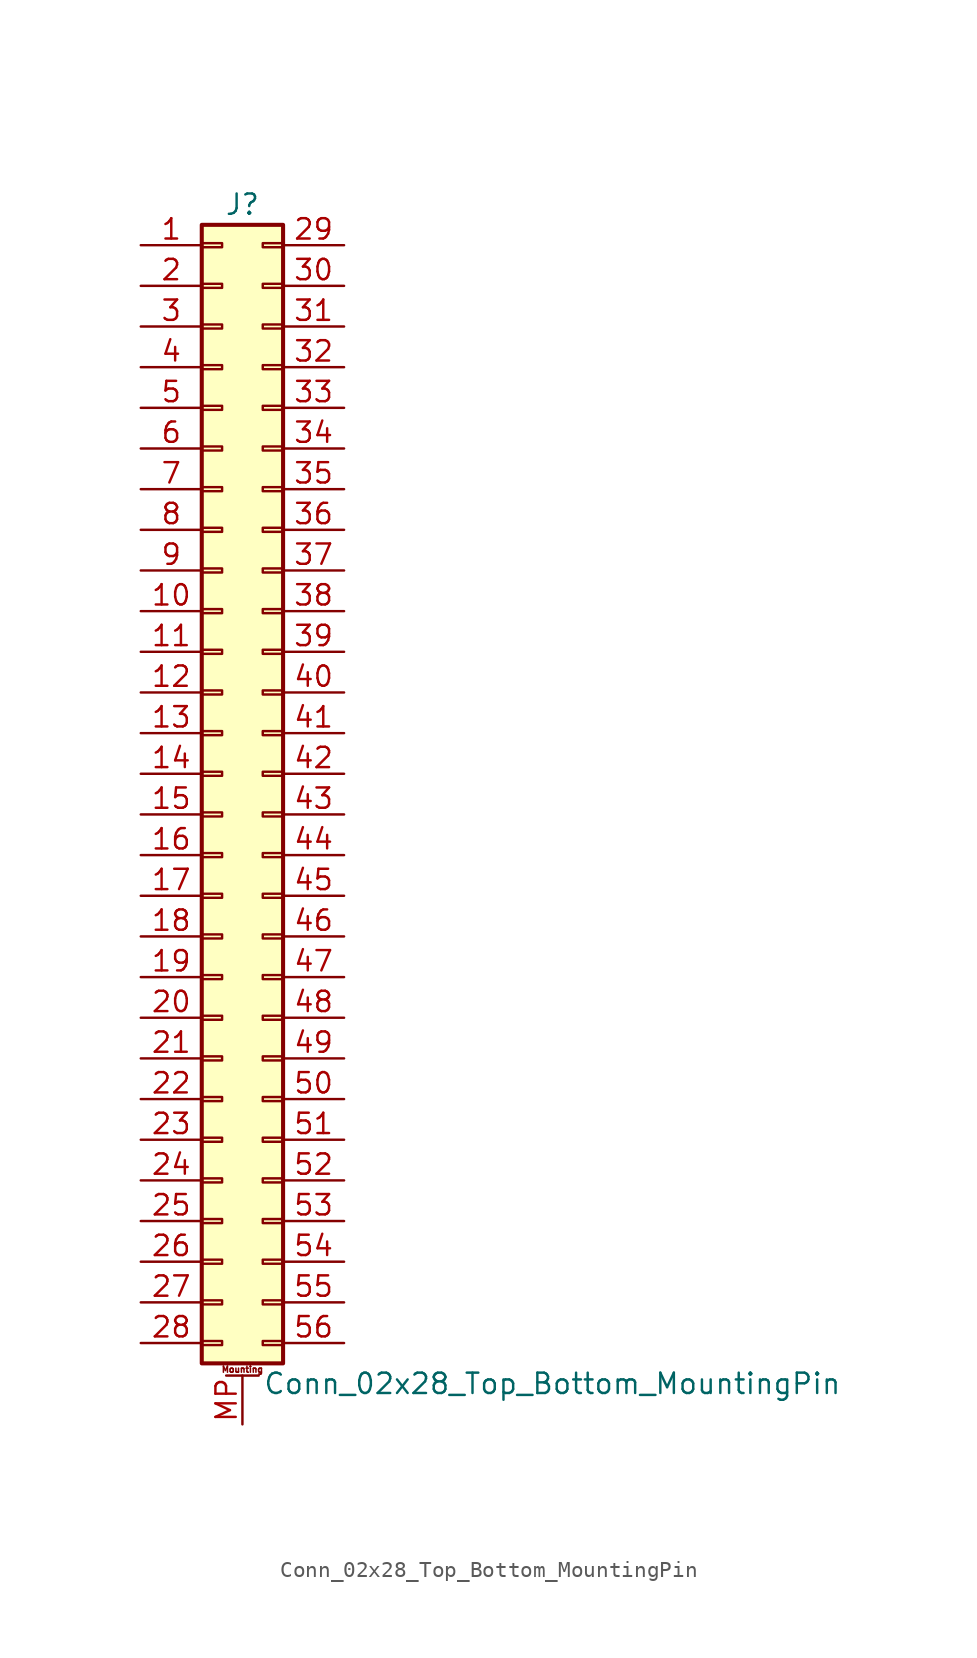
<source format=kicad_sym>
(kicad_symbol_lib
  (version 20201005)
  (generator kicad_symbol_editor)
  (symbol "Conn_02x28_Top_Bottom_MountingPin"
    (pin_names
      (offset 1.016) hide)
    (property "Reference" "J"
      (at 1.27 35.56 0)
      (effects (font (size 1.27 1.27))))
    (property "Value" "Conn_02x28_Top_Bottom_MountingPin"
      (at 2.54 -38.1 0)
      (effects (font (size 1.27 1.27)) (justify left)))
    (symbol "Conn_02x28_Top_Bottom_MountingPin_1_1"
      (text "Mounting" (at 1.27 -37.211 0) (effects (font (size 0.381 0.381))))
      (rectangle (start -1.27 -35.433) (end 0 -35.687) (stroke (width 0.152)) (fill (type none)))
      (rectangle (start -1.27 -32.893) (end 0 -33.147) (stroke (width 0.152)) (fill (type none)))
      (rectangle (start -1.27 -30.353) (end 0 -30.607) (stroke (width 0.152)) (fill (type none)))
      (rectangle (start -1.27 -27.813) (end 0 -28.067) (stroke (width 0.152)) (fill (type none)))
      (rectangle (start -1.27 -25.273) (end 0 -25.527) (stroke (width 0.152)) (fill (type none)))
      (rectangle (start -1.27 -22.733) (end 0 -22.987) (stroke (width 0.152)) (fill (type none)))
      (rectangle (start -1.27 -20.193) (end 0 -20.447) (stroke (width 0.152)) (fill (type none)))
      (rectangle (start -1.27 -17.653) (end 0 -17.907) (stroke (width 0.152)) (fill (type none)))
      (rectangle (start -1.27 -15.113) (end 0 -15.367) (stroke (width 0.152)) (fill (type none)))
      (rectangle (start -1.27 -12.573) (end 0 -12.827) (stroke (width 0.152)) (fill (type none)))
      (rectangle (start -1.27 -10.033) (end 0 -10.287) (stroke (width 0.152)) (fill (type none)))
      (rectangle (start -1.27 -7.493) (end 0 -7.747) (stroke (width 0.152)) (fill (type none)))
      (rectangle (start -1.27 -4.953) (end 0 -5.207) (stroke (width 0.152)) (fill (type none)))
      (rectangle (start -1.27 -2.413) (end 0 -2.667) (stroke (width 0.152)) (fill (type none)))
      (rectangle (start -1.27 0.127) (end 0 -0.127) (stroke (width 0.152)) (fill (type none)))
      (rectangle (start -1.27 2.667) (end 0 2.413) (stroke (width 0.152)) (fill (type none)))
      (rectangle (start -1.27 5.207) (end 0 4.953) (stroke (width 0.152)) (fill (type none)))
      (rectangle (start -1.27 7.747) (end 0 7.493) (stroke (width 0.152)) (fill (type none)))
      (rectangle (start -1.27 10.287) (end 0 10.033) (stroke (width 0.152)) (fill (type none)))
      (rectangle (start -1.27 12.827) (end 0 12.573) (stroke (width 0.152)) (fill (type none)))
      (rectangle (start -1.27 15.367) (end 0 15.113) (stroke (width 0.152)) (fill (type none)))
      (rectangle (start -1.27 17.907) (end 0 17.653) (stroke (width 0.152)) (fill (type none)))
      (rectangle (start -1.27 20.447) (end 0 20.193) (stroke (width 0.152)) (fill (type none)))
      (rectangle (start -1.27 22.987) (end 0 22.733) (stroke (width 0.152)) (fill (type none)))
      (rectangle (start -1.27 25.527) (end 0 25.273) (stroke (width 0.152)) (fill (type none)))
      (rectangle (start -1.27 28.067) (end 0 27.813) (stroke (width 0.152)) (fill (type none)))
      (rectangle (start -1.27 30.607) (end 0 30.353) (stroke (width 0.152)) (fill (type none)))
      (rectangle (start -1.27 33.147) (end 0 32.893) (stroke (width 0.152)) (fill (type none)))
      (rectangle (start -1.27 34.29) (end 3.81 -36.83) (stroke (width 0.254)) (fill (type background)))
      (rectangle (start 3.81 -35.433) (end 2.54 -35.687) (stroke (width 0.152)) (fill (type none)))
      (rectangle (start 3.81 -32.893) (end 2.54 -33.147) (stroke (width 0.152)) (fill (type none)))
      (rectangle (start 3.81 -30.353) (end 2.54 -30.607) (stroke (width 0.152)) (fill (type none)))
      (rectangle (start 3.81 -27.813) (end 2.54 -28.067) (stroke (width 0.152)) (fill (type none)))
      (rectangle (start 3.81 -25.273) (end 2.54 -25.527) (stroke (width 0.152)) (fill (type none)))
      (rectangle (start 3.81 -22.733) (end 2.54 -22.987) (stroke (width 0.152)) (fill (type none)))
      (rectangle (start 3.81 -20.193) (end 2.54 -20.447) (stroke (width 0.152)) (fill (type none)))
      (rectangle (start 3.81 -17.653) (end 2.54 -17.907) (stroke (width 0.152)) (fill (type none)))
      (rectangle (start 3.81 -15.113) (end 2.54 -15.367) (stroke (width 0.152)) (fill (type none)))
      (rectangle (start 3.81 -12.573) (end 2.54 -12.827) (stroke (width 0.152)) (fill (type none)))
      (rectangle (start 3.81 -10.033) (end 2.54 -10.287) (stroke (width 0.152)) (fill (type none)))
      (rectangle (start 3.81 -7.493) (end 2.54 -7.747) (stroke (width 0.152)) (fill (type none)))
      (rectangle (start 3.81 -4.953) (end 2.54 -5.207) (stroke (width 0.152)) (fill (type none)))
      (rectangle (start 3.81 -2.413) (end 2.54 -2.667) (stroke (width 0.152)) (fill (type none)))
      (rectangle (start 3.81 0.127) (end 2.54 -0.127) (stroke (width 0.152)) (fill (type none)))
      (rectangle (start 3.81 2.667) (end 2.54 2.413) (stroke (width 0.152)) (fill (type none)))
      (rectangle (start 3.81 5.207) (end 2.54 4.953) (stroke (width 0.152)) (fill (type none)))
      (rectangle (start 3.81 7.747) (end 2.54 7.493) (stroke (width 0.152)) (fill (type none)))
      (rectangle (start 3.81 10.287) (end 2.54 10.033) (stroke (width 0.152)) (fill (type none)))
      (rectangle (start 3.81 12.827) (end 2.54 12.573) (stroke (width 0.152)) (fill (type none)))
      (rectangle (start 3.81 15.367) (end 2.54 15.113) (stroke (width 0.152)) (fill (type none)))
      (rectangle (start 3.81 17.907) (end 2.54 17.653) (stroke (width 0.152)) (fill (type none)))
      (rectangle (start 3.81 20.447) (end 2.54 20.193) (stroke (width 0.152)) (fill (type none)))
      (rectangle (start 3.81 22.987) (end 2.54 22.733) (stroke (width 0.152)) (fill (type none)))
      (rectangle (start 3.81 25.527) (end 2.54 25.273) (stroke (width 0.152)) (fill (type none)))
      (rectangle (start 3.81 28.067) (end 2.54 27.813) (stroke (width 0.152)) (fill (type none)))
      (rectangle (start 3.81 30.607) (end 2.54 30.353) (stroke (width 0.152)) (fill (type none)))
      (rectangle (start 3.81 33.147) (end 2.54 32.893) (stroke (width 0.152)) (fill (type none)))
      (polyline (pts (xy 0.254 -37.592) (xy 2.286 -37.592)) (stroke (width 0.152)) (fill (type none)))
      (pin passive line (at -5.08 33.02 0) (length 3.81) (name "Pin_1" (effects (font (size 1.27 1.27)))) (number "1" (effects (font (size 1.27 1.27)))))
      (pin passive line (at -5.08 10.16 0) (length 3.81) (name "Pin_10" (effects (font (size 1.27 1.27)))) (number "10" (effects (font (size 1.27 1.27)))))
      (pin passive line (at -5.08 7.62 0) (length 3.81) (name "Pin_11" (effects (font (size 1.27 1.27)))) (number "11" (effects (font (size 1.27 1.27)))))
      (pin passive line (at -5.08 5.08 0) (length 3.81) (name "Pin_12" (effects (font (size 1.27 1.27)))) (number "12" (effects (font (size 1.27 1.27)))))
      (pin passive line (at -5.08 2.54 0) (length 3.81) (name "Pin_13" (effects (font (size 1.27 1.27)))) (number "13" (effects (font (size 1.27 1.27)))))
      (pin passive line (at -5.08 0 0) (length 3.81) (name "Pin_14" (effects (font (size 1.27 1.27)))) (number "14" (effects (font (size 1.27 1.27)))))
      (pin passive line (at -5.08 -2.54 0) (length 3.81) (name "Pin_15" (effects (font (size 1.27 1.27)))) (number "15" (effects (font (size 1.27 1.27)))))
      (pin passive line (at -5.08 -5.08 0) (length 3.81) (name "Pin_16" (effects (font (size 1.27 1.27)))) (number "16" (effects (font (size 1.27 1.27)))))
      (pin passive line (at -5.08 -7.62 0) (length 3.81) (name "Pin_17" (effects (font (size 1.27 1.27)))) (number "17" (effects (font (size 1.27 1.27)))))
      (pin passive line (at -5.08 -10.16 0) (length 3.81) (name "Pin_18" (effects (font (size 1.27 1.27)))) (number "18" (effects (font (size 1.27 1.27)))))
      (pin passive line (at -5.08 -12.7 0) (length 3.81) (name "Pin_19" (effects (font (size 1.27 1.27)))) (number "19" (effects (font (size 1.27 1.27)))))
      (pin passive line (at -5.08 30.48 0) (length 3.81) (name "Pin_2" (effects (font (size 1.27 1.27)))) (number "2" (effects (font (size 1.27 1.27)))))
      (pin passive line (at -5.08 -15.24 0) (length 3.81) (name "Pin_20" (effects (font (size 1.27 1.27)))) (number "20" (effects (font (size 1.27 1.27)))))
      (pin passive line (at -5.08 -17.78 0) (length 3.81) (name "Pin_21" (effects (font (size 1.27 1.27)))) (number "21" (effects (font (size 1.27 1.27)))))
      (pin passive line (at -5.08 -20.32 0) (length 3.81) (name "Pin_22" (effects (font (size 1.27 1.27)))) (number "22" (effects (font (size 1.27 1.27)))))
      (pin passive line (at -5.08 -22.86 0) (length 3.81) (name "Pin_23" (effects (font (size 1.27 1.27)))) (number "23" (effects (font (size 1.27 1.27)))))
      (pin passive line (at -5.08 -25.4 0) (length 3.81) (name "Pin_24" (effects (font (size 1.27 1.27)))) (number "24" (effects (font (size 1.27 1.27)))))
      (pin passive line (at -5.08 -27.94 0) (length 3.81) (name "Pin_25" (effects (font (size 1.27 1.27)))) (number "25" (effects (font (size 1.27 1.27)))))
      (pin passive line (at -5.08 -30.48 0) (length 3.81) (name "Pin_26" (effects (font (size 1.27 1.27)))) (number "26" (effects (font (size 1.27 1.27)))))
      (pin passive line (at -5.08 -33.02 0) (length 3.81) (name "Pin_27" (effects (font (size 1.27 1.27)))) (number "27" (effects (font (size 1.27 1.27)))))
      (pin passive line (at -5.08 -35.56 0) (length 3.81) (name "Pin_28" (effects (font (size 1.27 1.27)))) (number "28" (effects (font (size 1.27 1.27)))))
      (pin passive line (at 7.62 33.02 180) (length 3.81) (name "Pin_29" (effects (font (size 1.27 1.27)))) (number "29" (effects (font (size 1.27 1.27)))))
      (pin passive line (at -5.08 27.94 0) (length 3.81) (name "Pin_3" (effects (font (size 1.27 1.27)))) (number "3" (effects (font (size 1.27 1.27)))))
      (pin passive line (at 7.62 30.48 180) (length 3.81) (name "Pin_30" (effects (font (size 1.27 1.27)))) (number "30" (effects (font (size 1.27 1.27)))))
      (pin passive line (at 7.62 27.94 180) (length 3.81) (name "Pin_31" (effects (font (size 1.27 1.27)))) (number "31" (effects (font (size 1.27 1.27)))))
      (pin passive line (at 7.62 25.4 180) (length 3.81) (name "Pin_32" (effects (font (size 1.27 1.27)))) (number "32" (effects (font (size 1.27 1.27)))))
      (pin passive line (at 7.62 22.86 180) (length 3.81) (name "Pin_33" (effects (font (size 1.27 1.27)))) (number "33" (effects (font (size 1.27 1.27)))))
      (pin passive line (at 7.62 20.32 180) (length 3.81) (name "Pin_34" (effects (font (size 1.27 1.27)))) (number "34" (effects (font (size 1.27 1.27)))))
      (pin passive line (at 7.62 17.78 180) (length 3.81) (name "Pin_35" (effects (font (size 1.27 1.27)))) (number "35" (effects (font (size 1.27 1.27)))))
      (pin passive line (at 7.62 15.24 180) (length 3.81) (name "Pin_36" (effects (font (size 1.27 1.27)))) (number "36" (effects (font (size 1.27 1.27)))))
      (pin passive line (at 7.62 12.7 180) (length 3.81) (name "Pin_37" (effects (font (size 1.27 1.27)))) (number "37" (effects (font (size 1.27 1.27)))))
      (pin passive line (at 7.62 10.16 180) (length 3.81) (name "Pin_38" (effects (font (size 1.27 1.27)))) (number "38" (effects (font (size 1.27 1.27)))))
      (pin passive line (at 7.62 7.62 180) (length 3.81) (name "Pin_39" (effects (font (size 1.27 1.27)))) (number "39" (effects (font (size 1.27 1.27)))))
      (pin passive line (at -5.08 25.4 0) (length 3.81) (name "Pin_4" (effects (font (size 1.27 1.27)))) (number "4" (effects (font (size 1.27 1.27)))))
      (pin passive line (at 7.62 5.08 180) (length 3.81) (name "Pin_40" (effects (font (size 1.27 1.27)))) (number "40" (effects (font (size 1.27 1.27)))))
      (pin passive line (at 7.62 2.54 180) (length 3.81) (name "Pin_41" (effects (font (size 1.27 1.27)))) (number "41" (effects (font (size 1.27 1.27)))))
      (pin passive line (at 7.62 0 180) (length 3.81) (name "Pin_42" (effects (font (size 1.27 1.27)))) (number "42" (effects (font (size 1.27 1.27)))))
      (pin passive line (at 7.62 -2.54 180) (length 3.81) (name "Pin_43" (effects (font (size 1.27 1.27)))) (number "43" (effects (font (size 1.27 1.27)))))
      (pin passive line (at 7.62 -5.08 180) (length 3.81) (name "Pin_44" (effects (font (size 1.27 1.27)))) (number "44" (effects (font (size 1.27 1.27)))))
      (pin passive line (at 7.62 -7.62 180) (length 3.81) (name "Pin_45" (effects (font (size 1.27 1.27)))) (number "45" (effects (font (size 1.27 1.27)))))
      (pin passive line (at 7.62 -10.16 180) (length 3.81) (name "Pin_46" (effects (font (size 1.27 1.27)))) (number "46" (effects (font (size 1.27 1.27)))))
      (pin passive line (at 7.62 -12.7 180) (length 3.81) (name "Pin_47" (effects (font (size 1.27 1.27)))) (number "47" (effects (font (size 1.27 1.27)))))
      (pin passive line (at 7.62 -15.24 180) (length 3.81) (name "Pin_48" (effects (font (size 1.27 1.27)))) (number "48" (effects (font (size 1.27 1.27)))))
      (pin passive line (at 7.62 -17.78 180) (length 3.81) (name "Pin_49" (effects (font (size 1.27 1.27)))) (number "49" (effects (font (size 1.27 1.27)))))
      (pin passive line (at -5.08 22.86 0) (length 3.81) (name "Pin_5" (effects (font (size 1.27 1.27)))) (number "5" (effects (font (size 1.27 1.27)))))
      (pin passive line (at 7.62 -20.32 180) (length 3.81) (name "Pin_50" (effects (font (size 1.27 1.27)))) (number "50" (effects (font (size 1.27 1.27)))))
      (pin passive line (at 7.62 -22.86 180) (length 3.81) (name "Pin_51" (effects (font (size 1.27 1.27)))) (number "51" (effects (font (size 1.27 1.27)))))
      (pin passive line (at 7.62 -25.4 180) (length 3.81) (name "Pin_52" (effects (font (size 1.27 1.27)))) (number "52" (effects (font (size 1.27 1.27)))))
      (pin passive line (at 7.62 -27.94 180) (length 3.81) (name "Pin_53" (effects (font (size 1.27 1.27)))) (number "53" (effects (font (size 1.27 1.27)))))
      (pin passive line (at 7.62 -30.48 180) (length 3.81) (name "Pin_54" (effects (font (size 1.27 1.27)))) (number "54" (effects (font (size 1.27 1.27)))))
      (pin passive line (at 7.62 -33.02 180) (length 3.81) (name "Pin_55" (effects (font (size 1.27 1.27)))) (number "55" (effects (font (size 1.27 1.27)))))
      (pin passive line (at 7.62 -35.56 180) (length 3.81) (name "Pin_56" (effects (font (size 1.27 1.27)))) (number "56" (effects (font (size 1.27 1.27)))))
      (pin passive line (at -5.08 20.32 0) (length 3.81) (name "Pin_6" (effects (font (size 1.27 1.27)))) (number "6" (effects (font (size 1.27 1.27)))))
      (pin passive line (at -5.08 17.78 0) (length 3.81) (name "Pin_7" (effects (font (size 1.27 1.27)))) (number "7" (effects (font (size 1.27 1.27)))))
      (pin passive line (at -5.08 15.24 0) (length 3.81) (name "Pin_8" (effects (font (size 1.27 1.27)))) (number "8" (effects (font (size 1.27 1.27)))))
      (pin passive line (at -5.08 12.7 0) (length 3.81) (name "Pin_9" (effects (font (size 1.27 1.27)))) (number "9" (effects (font (size 1.27 1.27)))))
      (pin passive line (at 1.27 -40.64 90) (length 3.048) (name "MountPin" (effects (font (size 1.27 1.27)))) (number "MP" (effects (font (size 1.27 1.27))))))))
</source>
